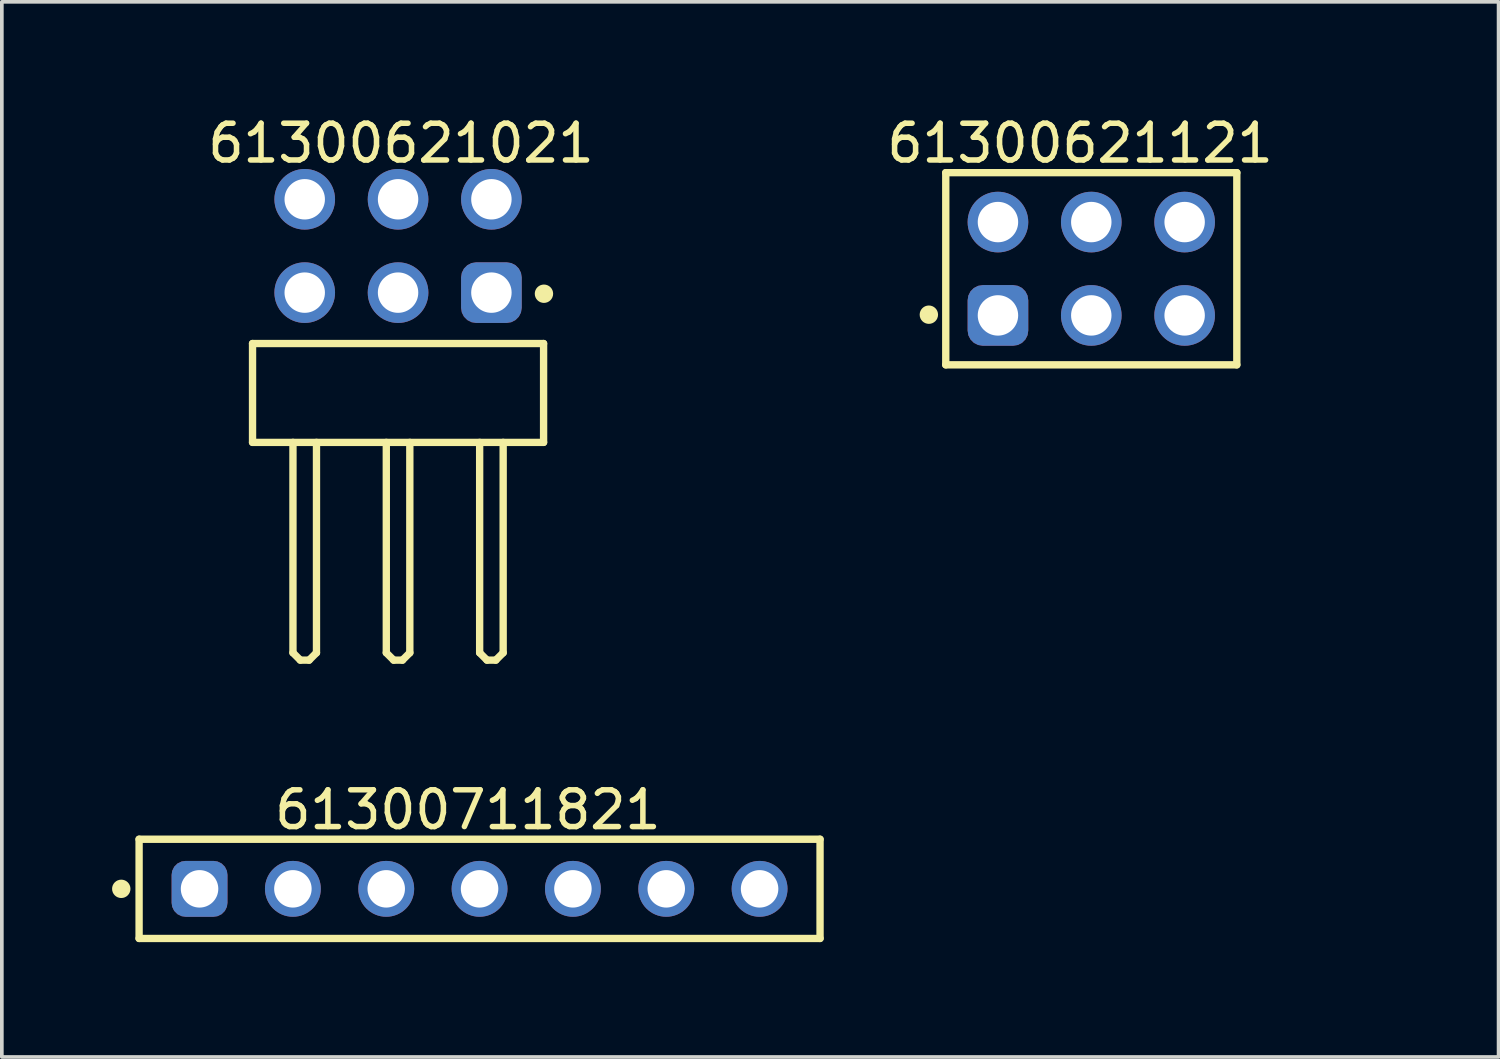
<source format=kicad_pcb>
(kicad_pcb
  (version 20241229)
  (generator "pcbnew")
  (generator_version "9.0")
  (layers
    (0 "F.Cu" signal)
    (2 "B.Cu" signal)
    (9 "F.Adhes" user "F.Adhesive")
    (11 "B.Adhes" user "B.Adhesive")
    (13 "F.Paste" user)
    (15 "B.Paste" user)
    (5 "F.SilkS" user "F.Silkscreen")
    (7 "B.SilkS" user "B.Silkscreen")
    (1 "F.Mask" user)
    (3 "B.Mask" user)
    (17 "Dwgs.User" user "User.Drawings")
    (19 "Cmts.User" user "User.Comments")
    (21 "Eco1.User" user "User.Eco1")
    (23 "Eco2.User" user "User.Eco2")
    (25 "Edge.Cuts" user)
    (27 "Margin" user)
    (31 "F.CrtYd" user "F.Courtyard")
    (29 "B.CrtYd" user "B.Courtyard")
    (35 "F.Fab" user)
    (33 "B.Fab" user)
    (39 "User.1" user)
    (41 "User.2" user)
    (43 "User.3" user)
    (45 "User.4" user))
  (footprint "61300711821"
    (layer "F.Cu")
    (at 10 21.137)
    (property "Reference" "61300711821" (at -0.318 -2.15 0) (layer "F.SilkS") (effects (font (size 1 1) (thickness 0.15))))
    (fp_line (start -9.265 -1.35) (end 9.265 -1.35) (stroke (width 0.2) (type solid)) (layer "F.SilkS"))
    (fp_line (start -9.265 1.35) (end -9.265 -1.35) (stroke (width 0.2) (type solid)) (layer "F.SilkS"))
    (fp_line (start -9.265 1.35) (end 9.265 1.35) (stroke (width 0.2) (type solid)) (layer "F.SilkS"))
    (fp_line (start 9.265 1.35) (end 9.265 -1.35) (stroke (width 0.2) (type solid)) (layer "F.SilkS"))
    (fp_circle (center -9.75 0) (end -9.75 -0.125) (stroke (width 0.25) (type solid)) (fill no) (layer "F.SilkS"))
    (fp_line (start -9.465 -1.55) (end 9.465 -1.55) (stroke (width 0.05) (type solid)) (layer "Eco2.User"))
    (fp_line (start -9.465 1.55) (end -9.465 -1.55) (stroke (width 0.05) (type solid)) (layer "Eco2.User"))
    (fp_line (start -9.465 1.55) (end 9.465 1.55) (stroke (width 0.05) (type solid)) (layer "Eco2.User"))
    (fp_line (start -9.14 -1.25) (end 9.14 -1.25) (stroke (width 0.1) (type solid)) (layer "Eco2.User"))
    (fp_line (start -9.14 1.25) (end -9.14 -1.25) (stroke (width 0.1) (type solid)) (layer "Eco2.User"))
    (fp_line (start -9.14 1.25) (end 9.14 1.25) (stroke (width 0.1) (type solid)) (layer "Eco2.User"))
    (fp_line (start -0.5 0) (end 0.5 0) (stroke (width 0.05) (type solid)) (layer "Eco2.User"))
    (fp_line (start 0 0.5) (end 0 -0.5) (stroke (width 0.05) (type solid)) (layer "Eco2.User"))
    (fp_line (start 9.14 1.25) (end 9.14 -1.25) (stroke (width 0.1) (type solid)) (layer "Eco2.User"))
    (fp_line (start 9.465 1.55) (end 9.465 -1.55) (stroke (width 0.05) (type solid)) (layer "Eco2.User"))
    (fp_text user "${REFERENCE}" (at 0.15 -0.197 0) (unlocked yes) (layer "User.3") (effects (font (size 1.5 1.5) (thickness 0.15))))
    (pad "1" thru_hole roundrect (at -7.62 0) (size 1.52 1.52) (drill 1.02) (layers "*.Cu" "*.Mask") (roundrect_rratio 0.25))
    (pad "2" thru_hole circle (at -5.08 0) (size 1.52 1.52) (drill 1.02) (layers "*.Cu" "*.Mask"))
    (pad "3" thru_hole circle (at -2.54 0) (size 1.52 1.52) (drill 1.02) (layers "*.Cu" "*.Mask"))
    (pad "4" thru_hole circle (at 0 0) (size 1.52 1.52) (drill 1.02) (layers "*.Cu" "*.Mask"))
    (pad "5" thru_hole circle (at 2.54 0) (size 1.52 1.52) (drill 1.02) (layers "*.Cu" "*.Mask"))
    (pad "6" thru_hole circle (at 5.08 0) (size 1.52 1.52) (drill 1.02) (layers "*.Cu" "*.Mask"))
    (pad "7" thru_hole circle (at 7.62 0) (size 1.52 1.52) (drill 1.02) (layers "*.Cu" "*.Mask")))
  (footprint "61300621021"
    (layer "F.Cu")
    (at 7.782 7.643)
    (property "Reference" "61300621021" (at 0.08 -6.795 0) (layer "F.SilkS") (effects (font (size 1 1) (thickness 0.15))))
    (fp_line (start -3.96 -1.345) (end 3.96 -1.345) (stroke (width 0.2) (type solid)) (layer "F.SilkS"))
    (fp_line (start -3.96 1.345) (end -3.96 -1.345) (stroke (width 0.2) (type solid)) (layer "F.SilkS"))
    (fp_line (start -3.96 1.345) (end 3.96 1.345) (stroke (width 0.2) (type solid)) (layer "F.SilkS"))
    (fp_line (start -2.86 7.07) (end -2.86 1.345) (stroke (width 0.2) (type solid)) (layer "F.SilkS"))
    (fp_line (start -2.86 7.07) (end -2.66 7.27) (stroke (width 0.2) (type solid)) (layer "F.SilkS"))
    (fp_line (start -2.66 7.27) (end -2.42 7.27) (stroke (width 0.2) (type solid)) (layer "F.SilkS"))
    (fp_line (start -2.42 7.27) (end -2.22 7.07) (stroke (width 0.2) (type solid)) (layer "F.SilkS"))
    (fp_line (start -2.22 7.07) (end -2.22 1.345) (stroke (width 0.2) (type solid)) (layer "F.SilkS"))
    (fp_line (start -0.32 7.07) (end -0.32 1.345) (stroke (width 0.2) (type solid)) (layer "F.SilkS"))
    (fp_line (start -0.32 7.07) (end -0.12 7.27) (stroke (width 0.2) (type solid)) (layer "F.SilkS"))
    (fp_line (start -0.12 7.27) (end 0.12 7.27) (stroke (width 0.2) (type solid)) (layer "F.SilkS"))
    (fp_line (start 0.12 7.27) (end 0.32 7.07) (stroke (width 0.2) (type solid)) (layer "F.SilkS"))
    (fp_line (start 0.32 7.07) (end 0.32 1.345) (stroke (width 0.2) (type solid)) (layer "F.SilkS"))
    (fp_line (start 2.22 7.07) (end 2.22 1.345) (stroke (width 0.2) (type solid)) (layer "F.SilkS"))
    (fp_line (start 2.22 7.07) (end 2.42 7.27) (stroke (width 0.2) (type solid)) (layer "F.SilkS"))
    (fp_line (start 2.42 7.27) (end 2.66 7.27) (stroke (width 0.2) (type solid)) (layer "F.SilkS"))
    (fp_line (start 2.66 7.27) (end 2.86 7.07) (stroke (width 0.2) (type solid)) (layer "F.SilkS"))
    (fp_line (start 2.86 7.07) (end 2.86 1.345) (stroke (width 0.2) (type solid)) (layer "F.SilkS"))
    (fp_line (start 3.96 1.345) (end 3.96 -1.345) (stroke (width 0.2) (type solid)) (layer "F.SilkS"))
    (fp_circle (center 3.97 -2.7) (end 3.97 -2.825) (stroke (width 0.25) (type solid)) (fill no) (layer "F.SilkS"))
    (fp_line (start -4.16 -6.295) (end 4.16 -6.295) (stroke (width 0.05) (type solid)) (layer "Eco2.User"))
    (fp_line (start -4.16 7.47) (end -4.16 -6.295) (stroke (width 0.05) (type solid)) (layer "Eco2.User"))
    (fp_line (start -4.16 7.47) (end 4.16 7.47) (stroke (width 0.05) (type solid)) (layer "Eco2.User"))
    (fp_line (start -3.81 -1.27) (end 3.81 -1.27) (stroke (width 0.1) (type solid)) (layer "Eco2.User"))
    (fp_line (start -3.81 1.27) (end -3.81 -1.27) (stroke (width 0.1) (type solid)) (layer "Eco2.User"))
    (fp_line (start -3.81 1.27) (end 3.81 1.27) (stroke (width 0.1) (type solid)) (layer "Eco2.User"))
    (fp_line (start -2.86 -5.63) (end -2.22 -5.63) (stroke (width 0.1) (type solid)) (layer "Eco2.User"))
    (fp_line (start -2.86 -3.09) (end -2.22 -3.09) (stroke (width 0.1) (type solid)) (layer "Eco2.User"))
    (fp_line (start -2.86 -1.27) (end -2.86 -5.63) (stroke (width 0.1) (type solid)) (layer "Eco2.User"))
    (fp_line (start -2.86 7.07) (end -2.86 1.27) (stroke (width 0.1) (type solid)) (layer "Eco2.User"))
    (fp_line (start -2.86 7.07) (end -2.66 7.27) (stroke (width 0.1) (type solid)) (layer "Eco2.User"))
    (fp_line (start -2.66 7.27) (end -2.42 7.27) (stroke (width 0.1) (type solid)) (layer "Eco2.User"))
    (fp_line (start -2.42 7.27) (end -2.22 7.07) (stroke (width 0.1) (type solid)) (layer "Eco2.User"))
    (fp_line (start -2.22 -1.27) (end -2.22 -5.63) (stroke (width 0.1) (type solid)) (layer "Eco2.User"))
    (fp_line (start -2.22 7.07) (end -2.22 1.27) (stroke (width 0.1) (type solid)) (layer "Eco2.User"))
    (fp_line (start -0.5 0) (end 0.5 0) (stroke (width 0.05) (type solid)) (layer "Eco2.User"))
    (fp_line (start -0.32 -5.63) (end 0.32 -5.63) (stroke (width 0.1) (type solid)) (layer "Eco2.User"))
    (fp_line (start -0.32 -3.09) (end 0.32 -3.09) (stroke (width 0.1) (type solid)) (layer "Eco2.User"))
    (fp_line (start -0.32 -1.27) (end -0.32 -5.63) (stroke (width 0.1) (type solid)) (layer "Eco2.User"))
    (fp_line (start -0.32 7.07) (end -0.32 1.27) (stroke (width 0.1) (type solid)) (layer "Eco2.User"))
    (fp_line (start -0.32 7.07) (end -0.12 7.27) (stroke (width 0.1) (type solid)) (layer "Eco2.User"))
    (fp_line (start -0.12 7.27) (end 0.12 7.27) (stroke (width 0.1) (type solid)) (layer "Eco2.User"))
    (fp_line (start 0 0.5) (end 0 -0.5) (stroke (width 0.05) (type solid)) (layer "Eco2.User"))
    (fp_line (start 0.12 7.27) (end 0.32 7.07) (stroke (width 0.1) (type solid)) (layer "Eco2.User"))
    (fp_line (start 0.32 -1.27) (end 0.32 -5.63) (stroke (width 0.1) (type solid)) (layer "Eco2.User"))
    (fp_line (start 0.32 7.07) (end 0.32 1.27) (stroke (width 0.1) (type solid)) (layer "Eco2.User"))
    (fp_line (start 2.22 -5.63) (end 2.86 -5.63) (stroke (width 0.1) (type solid)) (layer "Eco2.User"))
    (fp_line (start 2.22 -3.09) (end 2.86 -3.09) (stroke (width 0.1) (type solid)) (layer "Eco2.User"))
    (fp_line (start 2.22 -1.27) (end 2.22 -5.63) (stroke (width 0.1) (type solid)) (layer "Eco2.User"))
    (fp_line (start 2.22 7.07) (end 2.22 1.27) (stroke (width 0.1) (type solid)) (layer "Eco2.User"))
    (fp_line (start 2.22 7.07) (end 2.42 7.27) (stroke (width 0.1) (type solid)) (layer "Eco2.User"))
    (fp_line (start 2.42 7.27) (end 2.66 7.27) (stroke (width 0.1) (type solid)) (layer "Eco2.User"))
    (fp_line (start 2.66 7.27) (end 2.86 7.07) (stroke (width 0.1) (type solid)) (layer "Eco2.User"))
    (fp_line (start 2.86 -1.27) (end 2.86 -5.63) (stroke (width 0.1) (type solid)) (layer "Eco2.User"))
    (fp_line (start 2.86 7.07) (end 2.86 1.27) (stroke (width 0.1) (type solid)) (layer "Eco2.User"))
    (fp_line (start 3.81 1.27) (end 3.81 -1.27) (stroke (width 0.1) (type solid)) (layer "Eco2.User"))
    (fp_line (start 4.16 7.47) (end 4.16 -6.295) (stroke (width 0.05) (type solid)) (layer "Eco2.User"))
    (fp_text user "${REFERENCE}" (at 0.15 -0.197 0) (unlocked yes) (layer "User.3") (effects (font (size 1.5 1.5) (thickness 0.15))))
    (pad "1" thru_hole roundrect (at 2.54 -2.73) (size 1.65 1.65) (drill 1.1) (layers "*.Cu" "*.Mask") (roundrect_rratio 0.25))
    (pad "2" thru_hole circle (at 2.54 -5.27) (size 1.65 1.65) (drill 1.1) (layers "*.Cu" "*.Mask"))
    (pad "3" thru_hole circle (at 0 -2.73) (size 1.65 1.65) (drill 1.1) (layers "*.Cu" "*.Mask"))
    (pad "4" thru_hole circle (at 0 -5.27) (size 1.65 1.65) (drill 1.1) (layers "*.Cu" "*.Mask"))
    (pad "5" thru_hole circle (at -2.54 -2.73) (size 1.65 1.65) (drill 1.1) (layers "*.Cu" "*.Mask"))
    (pad "6" thru_hole circle (at -2.54 -5.27) (size 1.65 1.65) (drill 1.1) (layers "*.Cu" "*.Mask")))
  (footprint "61300621121"
    (layer "F.Cu")
    (at 26.646 4.263)
    (property "Reference" "61300621121" (at -0.305 -3.415 0) (layer "F.SilkS") (effects (font (size 1 1) (thickness 0.15))))
    (fp_line (start -3.96 -2.615) (end 3.96 -2.615) (stroke (width 0.2) (type solid)) (layer "F.SilkS"))
    (fp_line (start -3.96 2.615) (end -3.96 -2.615) (stroke (width 0.2) (type solid)) (layer "F.SilkS"))
    (fp_line (start -3.96 2.615) (end 3.96 2.615) (stroke (width 0.2) (type solid)) (layer "F.SilkS"))
    (fp_line (start 3.96 2.615) (end 3.96 -2.615) (stroke (width 0.2) (type solid)) (layer "F.SilkS"))
    (fp_circle (center -4.42 1.25) (end -4.42 1.125) (stroke (width 0.25) (type solid)) (fill no) (layer "F.SilkS"))
    (fp_line (start -4.16 -2.815) (end 4.16 -2.815) (stroke (width 0.05) (type solid)) (layer "Eco2.User"))
    (fp_line (start -4.16 2.815) (end -4.16 -2.815) (stroke (width 0.05) (type solid)) (layer "Eco2.User"))
    (fp_line (start -4.16 2.815) (end 4.16 2.815) (stroke (width 0.05) (type solid)) (layer "Eco2.User"))
    (fp_line (start -3.81 -2.54) (end 3.81 -2.54) (stroke (width 0.1) (type solid)) (layer "Eco2.User"))
    (fp_line (start -3.81 2.54) (end -3.81 -2.54) (stroke (width 0.1) (type solid)) (layer "Eco2.User"))
    (fp_line (start -3.81 2.54) (end 3.81 2.54) (stroke (width 0.1) (type solid)) (layer "Eco2.User"))
    (fp_line (start -0.5 0) (end 0.5 0) (stroke (width 0.05) (type solid)) (layer "Eco2.User"))
    (fp_line (start 0 0.5) (end 0 -0.5) (stroke (width 0.05) (type solid)) (layer "Eco2.User"))
    (fp_line (start 3.81 2.54) (end 3.81 -2.54) (stroke (width 0.1) (type solid)) (layer "Eco2.User"))
    (fp_line (start 4.16 2.815) (end 4.16 -2.815) (stroke (width 0.05) (type solid)) (layer "Eco2.User"))
    (fp_text user "${REFERENCE}" (at 0.15 -0.197 0) (unlocked yes) (layer "User.3") (effects (font (size 1.5 1.5) (thickness 0.15))))
    (pad "1" thru_hole roundrect (at -2.54 1.27) (size 1.65 1.65) (drill 1.1) (layers "*.Cu" "*.Mask") (roundrect_rratio 0.25))
    (pad "2" thru_hole circle (at -2.54 -1.27) (size 1.65 1.65) (drill 1.1) (layers "*.Cu" "*.Mask"))
    (pad "3" thru_hole circle (at 0 1.27) (size 1.65 1.65) (drill 1.1) (layers "*.Cu" "*.Mask"))
    (pad "4" thru_hole circle (at 0 -1.27) (size 1.65 1.65) (drill 1.1) (layers "*.Cu" "*.Mask"))
    (pad "5" thru_hole circle (at 2.54 1.27) (size 1.65 1.65) (drill 1.1) (layers "*.Cu" "*.Mask"))
    (pad "6" thru_hole circle (at 2.54 -1.27) (size 1.65 1.65) (drill 1.1) (layers "*.Cu" "*.Mask")))
  (gr_rect
    (start -3 -3)
    (end 37.729 25.712)
    (stroke (width 0.1) (type default))
    (fill no)
    (layer "Edge.Cuts")))
</source>
